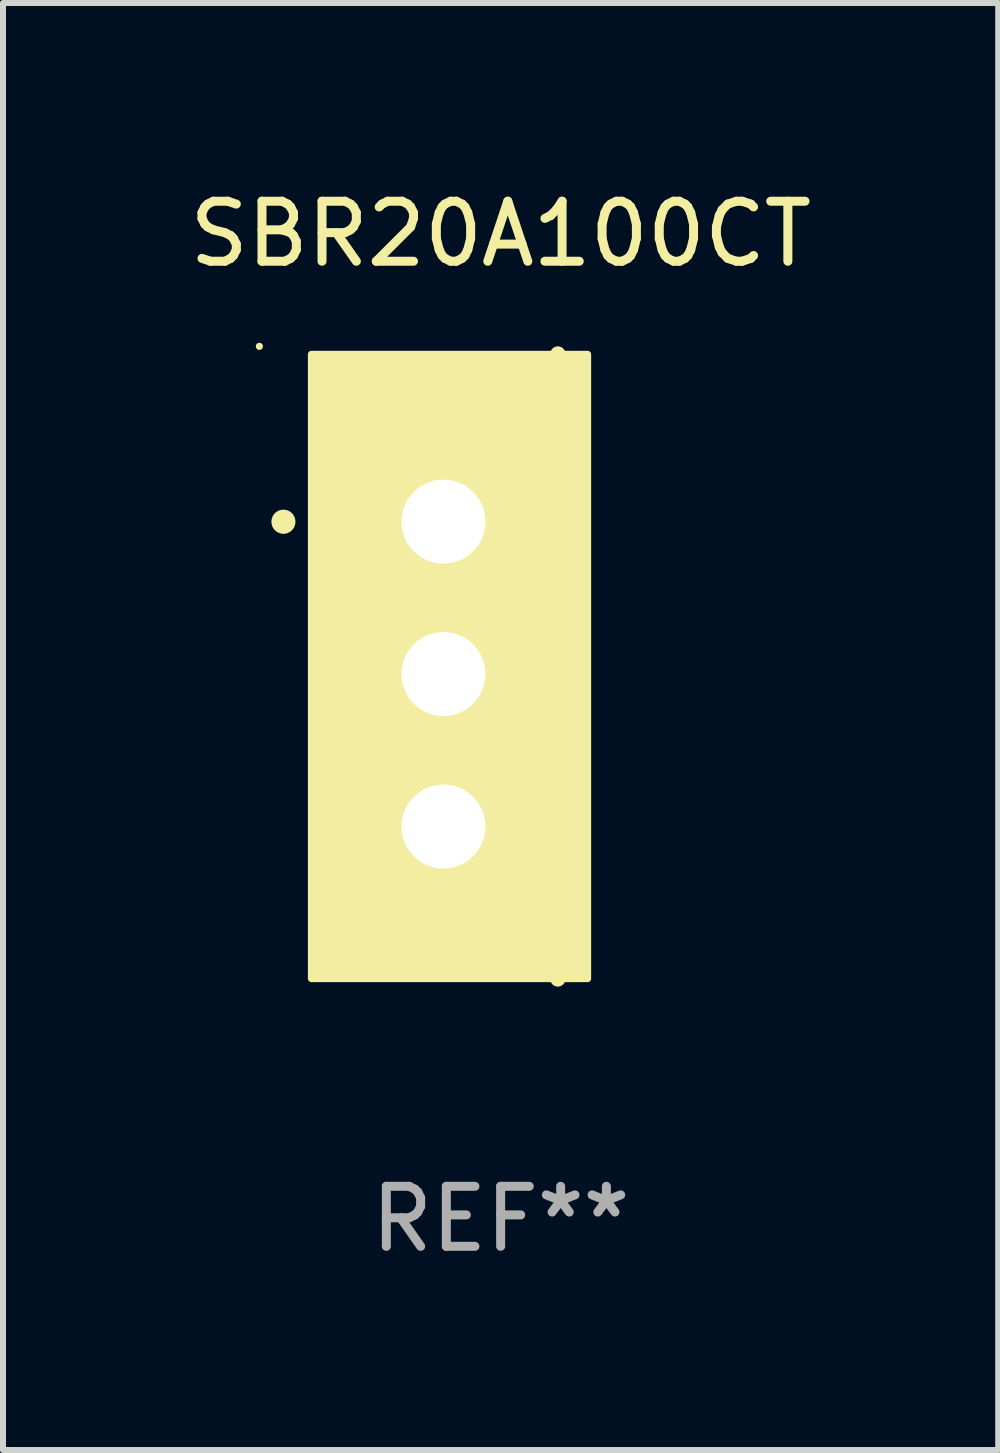
<source format=kicad_pcb>
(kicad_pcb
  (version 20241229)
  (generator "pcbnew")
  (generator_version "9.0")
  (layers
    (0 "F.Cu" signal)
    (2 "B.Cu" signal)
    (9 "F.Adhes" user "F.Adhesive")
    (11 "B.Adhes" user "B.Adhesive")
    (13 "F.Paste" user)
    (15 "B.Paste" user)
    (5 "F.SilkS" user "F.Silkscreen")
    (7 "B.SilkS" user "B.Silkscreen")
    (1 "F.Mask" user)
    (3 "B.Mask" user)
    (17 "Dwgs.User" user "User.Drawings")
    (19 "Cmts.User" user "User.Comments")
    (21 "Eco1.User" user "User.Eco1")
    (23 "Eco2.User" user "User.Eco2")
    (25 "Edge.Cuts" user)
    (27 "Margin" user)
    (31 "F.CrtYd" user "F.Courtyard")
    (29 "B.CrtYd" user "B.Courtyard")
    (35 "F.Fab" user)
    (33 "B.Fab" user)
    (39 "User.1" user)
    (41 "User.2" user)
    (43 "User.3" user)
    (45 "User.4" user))
  (footprint "SBR20A100CT"
    (layer "F.Cu")
    (at 5.292 8.055)
    (property "Reference" "SBR20A100CT" (at 0 -7.207 0) (layer "F.SilkS") (effects (font (size 1 1) (thickness 0.15))))
    (attr through_hole)
    (fp_line (start 0.953 5.207) (end 0.953 -5.207) (stroke (width 0.254) (type solid)) (layer "F.SilkS"))
    (fp_arc (start -3.619507 -2.410465) (mid -3.619511 -2.411735) (end -3.619507 -2.413005) (stroke (width 0.4) (type solid)) (layer "F.SilkS"))
    (fp_circle (center -4.02 -5.334) (end -3.99 -5.334) (stroke (width 0.06) (type solid)) (fill no) (layer "F.SilkS"))
    (fp_poly (pts (xy -3.152 -5.2) (xy 1.448 -5.2) (xy 1.448 5.2) (xy -3.152 5.2)) (stroke (width 0.12) (type solid)) (fill yes) (layer "F.SilkS"))
    (fp_text user "REF**" (at 0 9.207 0) (layer "F.Fab") (effects (font (size 1 1) (thickness 0.15))))
    (pad "1" thru_hole rect (at -0.953 -2.413 270) (size 2 2.5) (drill 1.4) (layers "*.Cu" "*.Mask"))
    (pad "2" thru_hole oval (at -0.953 0.127 270) (size 2 2.5) (drill 1.4) (layers "*.Cu" "*.Mask"))
    (pad "3" thru_hole oval (at -0.953 2.667 270) (size 2 2.5) (drill 1.4) (layers "*.Cu" "*.Mask")))
  (gr_rect
    (start -3 -3)
    (end 13.583 21.111)
    (stroke (width 0.1) (type default))
    (fill no)
    (layer "Edge.Cuts")))
</source>
